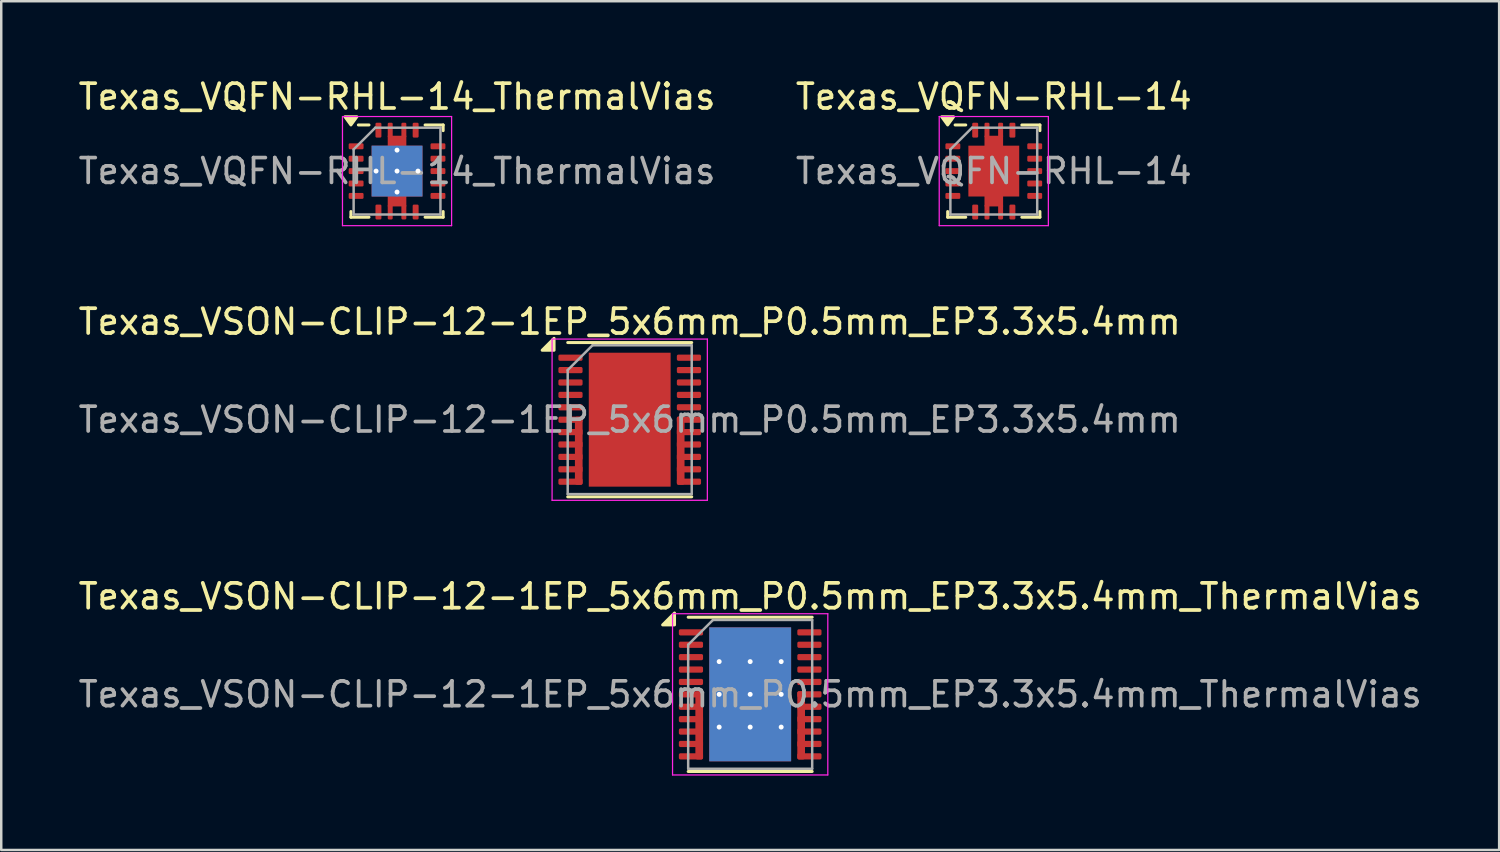
<source format=kicad_pcb>
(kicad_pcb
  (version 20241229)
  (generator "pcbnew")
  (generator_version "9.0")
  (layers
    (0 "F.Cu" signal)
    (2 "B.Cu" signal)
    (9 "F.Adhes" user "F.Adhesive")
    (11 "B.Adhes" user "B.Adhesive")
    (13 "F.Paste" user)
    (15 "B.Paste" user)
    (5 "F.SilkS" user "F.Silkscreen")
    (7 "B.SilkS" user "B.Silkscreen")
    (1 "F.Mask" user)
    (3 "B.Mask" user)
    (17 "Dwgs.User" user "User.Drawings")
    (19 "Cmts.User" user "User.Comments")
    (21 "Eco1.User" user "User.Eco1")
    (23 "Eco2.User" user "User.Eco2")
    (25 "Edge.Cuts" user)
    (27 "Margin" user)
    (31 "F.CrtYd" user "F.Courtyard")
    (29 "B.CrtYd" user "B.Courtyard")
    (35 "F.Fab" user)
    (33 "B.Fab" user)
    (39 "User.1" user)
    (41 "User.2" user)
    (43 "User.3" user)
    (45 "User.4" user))
  (footprint "Texas_VSON-CLIP-12-1EP_5x6mm_P0.5mm_EP3.3x5.4mm_ThermalVias"
    (layer "F.Cu")
    (at 27.196 24.945)
    (property "Reference" "Texas_VSON-CLIP-12-1EP_5x6mm_P0.5mm_EP3.3x5.4mm_ThermalVias" (at 0 -3.95 0) (layer "F.SilkS") (effects (font (size 1 1) (thickness 0.15))))
    (attr smd)
    (fp_line (start -2.5 -3.11) (end 2.5 -3.11) (stroke (width 0.12) (type solid)) (layer "F.SilkS"))
    (fp_line (start -2.5 3.11) (end 2.5 3.11) (stroke (width 0.12) (type solid)) (layer "F.SilkS"))
    (fp_poly (pts (xy -3.05 -2.8) (xy -3.53 -2.8) (xy -3.05 -3.28) (xy -3.05 -2.8)) (stroke (width 0.12) (type solid)) (fill yes) (layer "F.SilkS"))
    (fp_line (start -3.13 -3.25) (end -3.13 3.25) (stroke (width 0.05) (type solid)) (layer "F.CrtYd"))
    (fp_line (start -3.13 3.25) (end 3.13 3.25) (stroke (width 0.05) (type solid)) (layer "F.CrtYd"))
    (fp_line (start 3.13 -3.25) (end -3.13 -3.25) (stroke (width 0.05) (type solid)) (layer "F.CrtYd"))
    (fp_line (start 3.13 3.25) (end 3.13 -3.25) (stroke (width 0.05) (type solid)) (layer "F.CrtYd"))
    (fp_line (start -2.5 -2) (end -1.5 -3) (stroke (width 0.1) (type solid)) (layer "F.Fab"))
    (fp_line (start -2.5 3) (end -2.5 -2) (stroke (width 0.1) (type solid)) (layer "F.Fab"))
    (fp_line (start -1.5 -3) (end 2.5 -3) (stroke (width 0.1) (type solid)) (layer "F.Fab"))
    (fp_line (start 2.5 -3) (end 2.5 3) (stroke (width 0.1) (type solid)) (layer "F.Fab"))
    (fp_line (start 2.5 3) (end -2.5 3) (stroke (width 0.1) (type solid)) (layer "F.Fab"))
    (fp_text user "${REFERENCE}" (at 0 0 0) (layer "F.Fab") (effects (font (size 1 1) (thickness 0.15))))
    (pad "1" smd roundrect (at -2.388 -2.5) (size 0.975 0.25) (layers "F.Cu" "F.Mask" "F.Paste") (roundrect_rratio 0.25))
    (pad "2" smd roundrect (at -2.388 -2) (size 0.975 0.25) (layers "F.Cu" "F.Mask" "F.Paste") (roundrect_rratio 0.25))
    (pad "3" smd roundrect (at -2.388 -1.5) (size 0.975 0.25) (layers "F.Cu" "F.Mask" "F.Paste") (roundrect_rratio 0.25))
    (pad "4" smd roundrect (at -2.388 -1) (size 0.975 0.25) (layers "F.Cu" "F.Mask" "F.Paste") (roundrect_rratio 0.25))
    (pad "5" smd roundrect (at -2.388 -0.5) (size 0.975 0.25) (layers "F.Cu" "F.Mask" "F.Paste") (roundrect_rratio 0.25))
    (pad "6" smd roundrect (at -2.388 0) (size 0.975 0.25) (layers "F.Cu" "F.Mask" "F.Paste") (roundrect_rratio 0.25))
    (pad "6" smd roundrect (at -2.388 0.5) (size 0.975 0.25) (layers "F.Cu" "F.Mask" "F.Paste") (roundrect_rratio 0.25))
    (pad "6" smd roundrect (at -2.388 1) (size 0.975 0.25) (layers "F.Cu" "F.Mask" "F.Paste") (roundrect_rratio 0.25))
    (pad "6" smd roundrect (at -2.388 1.5) (size 0.975 0.25) (layers "F.Cu" "F.Mask" "F.Paste") (roundrect_rratio 0.25))
    (pad "6" smd roundrect (at -2.388 2) (size 0.975 0.25) (layers "F.Cu" "F.Mask" "F.Paste") (roundrect_rratio 0.25))
    (pad "6" smd roundrect (at -2.388 2.5) (size 0.975 0.25) (layers "F.Cu" "F.Mask" "F.Paste") (roundrect_rratio 0.25))
    (pad "6" smd roundrect (at -2.055 1.25) (size 0.31 2.75) (layers "F.Cu" "F.Mask" "F.Paste") (roundrect_rratio 0.25))
    (pad "7" smd roundrect (at 2.055 1.25) (size 0.31 2.75) (layers "F.Cu" "F.Mask" "F.Paste") (roundrect_rratio 0.25))
    (pad "7" smd roundrect (at 2.388 0) (size 0.975 0.25) (layers "F.Cu" "F.Mask" "F.Paste") (roundrect_rratio 0.25))
    (pad "7" smd roundrect (at 2.388 0.5) (size 0.975 0.25) (layers "F.Cu" "F.Mask" "F.Paste") (roundrect_rratio 0.25))
    (pad "7" smd roundrect (at 2.388 1) (size 0.975 0.25) (layers "F.Cu" "F.Mask" "F.Paste") (roundrect_rratio 0.25))
    (pad "7" smd roundrect (at 2.388 1.5) (size 0.975 0.25) (layers "F.Cu" "F.Mask" "F.Paste") (roundrect_rratio 0.25))
    (pad "7" smd roundrect (at 2.388 2) (size 0.975 0.25) (layers "F.Cu" "F.Mask" "F.Paste") (roundrect_rratio 0.25))
    (pad "7" smd roundrect (at 2.388 2.5) (size 0.975 0.25) (layers "F.Cu" "F.Mask" "F.Paste") (roundrect_rratio 0.25))
    (pad "8" smd roundrect (at 2.388 -0.5) (size 0.975 0.25) (layers "F.Cu" "F.Mask" "F.Paste") (roundrect_rratio 0.25))
    (pad "9" smd roundrect (at 2.388 -1) (size 0.975 0.25) (layers "F.Cu" "F.Mask" "F.Paste") (roundrect_rratio 0.25))
    (pad "10" smd roundrect (at 2.388 -1.5) (size 0.975 0.25) (layers "F.Cu" "F.Mask" "F.Paste") (roundrect_rratio 0.25))
    (pad "11" smd roundrect (at 2.388 -2) (size 0.975 0.25) (layers "F.Cu" "F.Mask" "F.Paste") (roundrect_rratio 0.25))
    (pad "12" smd roundrect (at 2.388 -2.5) (size 0.975 0.25) (layers "F.Cu" "F.Mask" "F.Paste") (roundrect_rratio 0.25))
    (pad "13" thru_hole circle (at -1.25 -1.32) (size 0.5 0.5) (drill 0.2) (property pad_prop_heatsink) (layers "*.Cu"))
    (pad "13" thru_hole circle (at -1.25 0) (size 0.5 0.5) (drill 0.2) (property pad_prop_heatsink) (layers "*.Cu"))
    (pad "13" thru_hole circle (at -1.25 1.32) (size 0.5 0.5) (drill 0.2) (property pad_prop_heatsink) (layers "*.Cu"))
    (pad "13" thru_hole circle (at 0 -1.32) (size 0.5 0.5) (drill 0.2) (property pad_prop_heatsink) (layers "*.Cu"))
    (pad "13" thru_hole circle (at 0 0) (size 0.5 0.5) (drill 0.2) (property pad_prop_heatsink) (layers "*.Cu"))
    (pad "13" smd rect (at 0 0) (size 3.3 5.4) (property pad_prop_heatsink) (layers "F.Cu" "F.Mask"))
    (pad "13" smd rect (at 0 0) (size 3.3 5.4) (property pad_prop_heatsink) (layers "B.Cu"))
    (pad "13" thru_hole circle (at 0 1.32) (size 0.5 0.5) (drill 0.2) (property pad_prop_heatsink) (layers "*.Cu"))
    (pad "13" thru_hole circle (at 1.25 -1.32) (size 0.5 0.5) (drill 0.2) (property pad_prop_heatsink) (layers "*.Cu"))
    (pad "13" thru_hole circle (at 1.25 0) (size 0.5 0.5) (drill 0.2) (property pad_prop_heatsink) (layers "*.Cu"))
    (pad "13" thru_hole circle (at 1.25 1.32) (size 0.5 0.5) (drill 0.2) (property pad_prop_heatsink) (layers "*.Cu")))
  (footprint "Texas_VSON-CLIP-12-1EP_5x6mm_P0.5mm_EP3.3x5.4mm"
    (layer "F.Cu")
    (at 22.339 13.871)
    (property "Reference" "Texas_VSON-CLIP-12-1EP_5x6mm_P0.5mm_EP3.3x5.4mm" (at 0 -3.95 0) (layer "F.SilkS") (effects (font (size 1 1) (thickness 0.15))))
    (attr smd)
    (fp_line (start -2.5 -3.11) (end 2.5 -3.11) (stroke (width 0.12) (type solid)) (layer "F.SilkS"))
    (fp_line (start -2.5 3.11) (end 2.5 3.11) (stroke (width 0.12) (type solid)) (layer "F.SilkS"))
    (fp_poly (pts (xy -3.05 -2.8) (xy -3.53 -2.8) (xy -3.05 -3.28) (xy -3.05 -2.8)) (stroke (width 0.12) (type solid)) (fill yes) (layer "F.SilkS"))
    (fp_line (start -3.13 -3.25) (end -3.13 3.25) (stroke (width 0.05) (type solid)) (layer "F.CrtYd"))
    (fp_line (start -3.13 3.25) (end 3.13 3.25) (stroke (width 0.05) (type solid)) (layer "F.CrtYd"))
    (fp_line (start 3.13 -3.25) (end -3.13 -3.25) (stroke (width 0.05) (type solid)) (layer "F.CrtYd"))
    (fp_line (start 3.13 3.25) (end 3.13 -3.25) (stroke (width 0.05) (type solid)) (layer "F.CrtYd"))
    (fp_line (start -2.5 -2) (end -1.5 -3) (stroke (width 0.1) (type solid)) (layer "F.Fab"))
    (fp_line (start -2.5 3) (end -2.5 -2) (stroke (width 0.1) (type solid)) (layer "F.Fab"))
    (fp_line (start -1.5 -3) (end 2.5 -3) (stroke (width 0.1) (type solid)) (layer "F.Fab"))
    (fp_line (start 2.5 -3) (end 2.5 3) (stroke (width 0.1) (type solid)) (layer "F.Fab"))
    (fp_line (start 2.5 3) (end -2.5 3) (stroke (width 0.1) (type solid)) (layer "F.Fab"))
    (fp_text user "${REFERENCE}" (at 0 0 0) (layer "F.Fab") (effects (font (size 1 1) (thickness 0.15))))
    (pad "1" smd roundrect (at -2.388 -2.5) (size 0.975 0.25) (layers "F.Cu" "F.Mask" "F.Paste") (roundrect_rratio 0.25))
    (pad "2" smd roundrect (at -2.388 -2) (size 0.975 0.25) (layers "F.Cu" "F.Mask" "F.Paste") (roundrect_rratio 0.25))
    (pad "3" smd roundrect (at -2.388 -1.5) (size 0.975 0.25) (layers "F.Cu" "F.Mask" "F.Paste") (roundrect_rratio 0.25))
    (pad "4" smd roundrect (at -2.388 -1) (size 0.975 0.25) (layers "F.Cu" "F.Mask" "F.Paste") (roundrect_rratio 0.25))
    (pad "5" smd roundrect (at -2.388 -0.5) (size 0.975 0.25) (layers "F.Cu" "F.Mask" "F.Paste") (roundrect_rratio 0.25))
    (pad "6" smd roundrect (at -2.388 0) (size 0.975 0.25) (layers "F.Cu" "F.Mask" "F.Paste") (roundrect_rratio 0.25))
    (pad "6" smd roundrect (at -2.388 0.5) (size 0.975 0.25) (layers "F.Cu" "F.Mask" "F.Paste") (roundrect_rratio 0.25))
    (pad "6" smd roundrect (at -2.388 1) (size 0.975 0.25) (layers "F.Cu" "F.Mask" "F.Paste") (roundrect_rratio 0.25))
    (pad "6" smd roundrect (at -2.388 1.5) (size 0.975 0.25) (layers "F.Cu" "F.Mask" "F.Paste") (roundrect_rratio 0.25))
    (pad "6" smd roundrect (at -2.388 2) (size 0.975 0.25) (layers "F.Cu" "F.Mask" "F.Paste") (roundrect_rratio 0.25))
    (pad "6" smd roundrect (at -2.388 2.5) (size 0.975 0.25) (layers "F.Cu" "F.Mask" "F.Paste") (roundrect_rratio 0.25))
    (pad "6" smd roundrect (at -2.055 1.25) (size 0.31 2.75) (layers "F.Cu" "F.Mask" "F.Paste") (roundrect_rratio 0.25))
    (pad "7" smd roundrect (at 2.055 1.25) (size 0.31 2.75) (layers "F.Cu" "F.Mask" "F.Paste") (roundrect_rratio 0.25))
    (pad "7" smd roundrect (at 2.388 0) (size 0.975 0.25) (layers "F.Cu" "F.Mask" "F.Paste") (roundrect_rratio 0.25))
    (pad "7" smd roundrect (at 2.388 0.5) (size 0.975 0.25) (layers "F.Cu" "F.Mask" "F.Paste") (roundrect_rratio 0.25))
    (pad "7" smd roundrect (at 2.388 1) (size 0.975 0.25) (layers "F.Cu" "F.Mask" "F.Paste") (roundrect_rratio 0.25))
    (pad "7" smd roundrect (at 2.388 1.5) (size 0.975 0.25) (layers "F.Cu" "F.Mask" "F.Paste") (roundrect_rratio 0.25))
    (pad "7" smd roundrect (at 2.388 2) (size 0.975 0.25) (layers "F.Cu" "F.Mask" "F.Paste") (roundrect_rratio 0.25))
    (pad "7" smd roundrect (at 2.388 2.5) (size 0.975 0.25) (layers "F.Cu" "F.Mask" "F.Paste") (roundrect_rratio 0.25))
    (pad "8" smd roundrect (at 2.388 -0.5) (size 0.975 0.25) (layers "F.Cu" "F.Mask" "F.Paste") (roundrect_rratio 0.25))
    (pad "9" smd roundrect (at 2.388 -1) (size 0.975 0.25) (layers "F.Cu" "F.Mask" "F.Paste") (roundrect_rratio 0.25))
    (pad "10" smd roundrect (at 2.388 -1.5) (size 0.975 0.25) (layers "F.Cu" "F.Mask" "F.Paste") (roundrect_rratio 0.25))
    (pad "11" smd roundrect (at 2.388 -2) (size 0.975 0.25) (layers "F.Cu" "F.Mask" "F.Paste") (roundrect_rratio 0.25))
    (pad "12" smd roundrect (at 2.388 -2.5) (size 0.975 0.25) (layers "F.Cu" "F.Mask" "F.Paste") (roundrect_rratio 0.25))
    (pad "13" smd rect (at 0 0) (size 3.3 5.4) (property pad_prop_heatsink) (layers "F.Cu" "F.Mask")))
  (footprint "Texas_VQFN-RHL-14"
    (layer "F.Cu")
    (at 37.018 3.848)
    (property "Reference" "Texas_VQFN-RHL-14" (at 0 -3 0) (layer "F.SilkS") (effects (font (size 1 1) (thickness 0.15))))
    (attr smd)
    (fp_line (start -1.86 1.63) (end -1.86 1.86) (stroke (width 0.12) (type solid)) (layer "F.SilkS"))
    (fp_line (start -1.86 1.86) (end -1.13 1.86) (stroke (width 0.12) (type solid)) (layer "F.SilkS"))
    (fp_line (start -1.13 -1.86) (end -1.56 -1.86) (stroke (width 0.12) (type solid)) (layer "F.SilkS"))
    (fp_line (start 1.13 -1.86) (end 1.86 -1.86) (stroke (width 0.12) (type solid)) (layer "F.SilkS"))
    (fp_line (start 1.13 1.86) (end 1.86 1.86) (stroke (width 0.12) (type solid)) (layer "F.SilkS"))
    (fp_line (start 1.86 -1.86) (end 1.86 -1.63) (stroke (width 0.12) (type solid)) (layer "F.SilkS"))
    (fp_line (start 1.86 1.63) (end 1.86 1.86) (stroke (width 0.12) (type solid)) (layer "F.SilkS"))
    (fp_poly (pts (xy -1.86 -1.86) (xy -2.1 -2.19) (xy -1.62 -2.19) (xy -1.86 -1.86)) (stroke (width 0.12) (type solid)) (fill yes) (layer "F.SilkS"))
    (fp_line (start -2.2 -2.2) (end -2.2 2.2) (stroke (width 0.05) (type solid)) (layer "F.CrtYd"))
    (fp_line (start -2.2 -2.2) (end 2.2 -2.2) (stroke (width 0.05) (type solid)) (layer "F.CrtYd"))
    (fp_line (start -2.2 2.2) (end 2.2 2.2) (stroke (width 0.05) (type solid)) (layer "F.CrtYd"))
    (fp_line (start 2.2 -2.2) (end 2.2 2.2) (stroke (width 0.05) (type solid)) (layer "F.CrtYd"))
    (fp_line (start -1.75 -0.875) (end -1.75 1.75) (stroke (width 0.1) (type solid)) (layer "F.Fab"))
    (fp_line (start -1.75 -0.875) (end -0.875 -1.75) (stroke (width 0.1) (type solid)) (layer "F.Fab"))
    (fp_line (start -1.75 1.75) (end 1.75 1.75) (stroke (width 0.1) (type solid)) (layer "F.Fab"))
    (fp_line (start -0.875 -1.75) (end 1.75 -1.75) (stroke (width 0.1) (type solid)) (layer "F.Fab"))
    (fp_line (start 1.75 -1.75) (end 1.75 1.75) (stroke (width 0.1) (type solid)) (layer "F.Fab"))
    (fp_text user "${REFERENCE}" (at 0 0 180) (layer "F.Fab") (effects (font (size 1 1) (thickness 0.15))))
    (pad "" smd rect (at -0.56 -0.56) (size 0.92 0.92) (layers "F.Paste"))
    (pad "" smd rect (at -0.56 0.56) (size 0.92 0.92) (layers "F.Paste"))
    (pad "" smd rect (at 0 -1.3) (size 0.75 0.25) (layers "F.Paste"))
    (pad "" smd rect (at 0 1.3) (size 0.75 0.25) (layers "F.Paste"))
    (pad "" smd rect (at 0.56 -0.56) (size 0.92 0.92) (layers "F.Paste"))
    (pad "" smd rect (at 0.56 0.56) (size 0.92 0.92) (layers "F.Paste"))
    (pad "1" smd roundrect (at -0.75 -1.65) (size 0.24 0.6) (layers "F.Cu" "F.Mask" "F.Paste") (roundrect_rratio 0.21))
    (pad "2" smd roundrect (at -1.65 -1) (size 0.6 0.24) (layers "F.Cu" "F.Mask" "F.Paste") (roundrect_rratio 0.21))
    (pad "3" smd roundrect (at -1.65 -0.5) (size 0.6 0.24) (layers "F.Cu" "F.Mask" "F.Paste") (roundrect_rratio 0.21))
    (pad "4" smd roundrect (at -1.65 0) (size 0.6 0.24) (layers "F.Cu" "F.Mask" "F.Paste") (roundrect_rratio 0.21))
    (pad "5" smd roundrect (at -1.65 0.5) (size 0.6 0.24) (layers "F.Cu" "F.Mask" "F.Paste") (roundrect_rratio 0.21))
    (pad "6" smd roundrect (at -1.65 1) (size 0.6 0.24) (layers "F.Cu" "F.Mask" "F.Paste") (roundrect_rratio 0.21))
    (pad "7" smd roundrect (at -0.75 1.65) (size 0.24 0.6) (layers "F.Cu" "F.Mask" "F.Paste") (roundrect_rratio 0.21))
    (pad "8" smd roundrect (at 0.75 1.65) (size 0.24 0.6) (layers "F.Cu" "F.Mask" "F.Paste") (roundrect_rratio 0.21))
    (pad "9" smd roundrect (at 1.65 1) (size 0.6 0.24) (layers "F.Cu" "F.Mask" "F.Paste") (roundrect_rratio 0.21))
    (pad "10" smd roundrect (at 1.65 0.5) (size 0.6 0.24) (layers "F.Cu" "F.Mask" "F.Paste") (roundrect_rratio 0.21))
    (pad "11" smd roundrect (at 1.65 0) (size 0.6 0.24) (layers "F.Cu" "F.Mask" "F.Paste") (roundrect_rratio 0.21))
    (pad "12" smd roundrect (at 1.65 -0.5) (size 0.6 0.24) (layers "F.Cu" "F.Mask" "F.Paste") (roundrect_rratio 0.21))
    (pad "13" smd roundrect (at 1.65 -1) (size 0.6 0.24) (layers "F.Cu" "F.Mask" "F.Paste") (roundrect_rratio 0.21))
    (pad "14" smd roundrect (at 0.75 -1.65) (size 0.24 0.6) (layers "F.Cu" "F.Mask" "F.Paste") (roundrect_rratio 0.21))
    (pad "15" smd roundrect (at -0.275 -1.65) (size 0.2 0.6) (layers "F.Cu" "F.Mask" "F.Paste") (roundrect_rratio 0.25))
    (pad "15" smd roundrect (at -0.275 1.65) (size 0.2 0.6) (layers "F.Cu" "F.Mask" "F.Paste") (roundrect_rratio 0.25))
    (pad "15" smd rect (at 0 0) (size 0.75 2.85) (layers "F.Cu" "F.Mask" "F.Paste"))
    (pad "15" smd rect (at 0 0) (size 2.05 2.05) (layers "F.Cu" "F.Mask" "F.Paste"))
    (pad "15" smd roundrect (at 0.275 -1.65) (size 0.2 0.6) (layers "F.Cu" "F.Mask" "F.Paste") (roundrect_rratio 0.25))
    (pad "15" smd roundrect (at 0.275 1.65) (size 0.2 0.6) (layers "F.Cu" "F.Mask" "F.Paste") (roundrect_rratio 0.25)))
  (footprint "Texas_VQFN-RHL-14_ThermalVias"
    (layer "F.Cu")
    (at 12.958 3.848)
    (property "Reference" "Texas_VQFN-RHL-14_ThermalVias" (at 0 -3 0) (layer "F.SilkS") (effects (font (size 1 1) (thickness 0.15))))
    (attr smd)
    (fp_line (start -1.86 1.63) (end -1.86 1.86) (stroke (width 0.12) (type solid)) (layer "F.SilkS"))
    (fp_line (start -1.86 1.86) (end -1.13 1.86) (stroke (width 0.12) (type solid)) (layer "F.SilkS"))
    (fp_line (start -1.13 -1.86) (end -1.56 -1.86) (stroke (width 0.12) (type solid)) (layer "F.SilkS"))
    (fp_line (start 1.13 -1.86) (end 1.86 -1.86) (stroke (width 0.12) (type solid)) (layer "F.SilkS"))
    (fp_line (start 1.13 1.86) (end 1.86 1.86) (stroke (width 0.12) (type solid)) (layer "F.SilkS"))
    (fp_line (start 1.86 -1.86) (end 1.86 -1.63) (stroke (width 0.12) (type solid)) (layer "F.SilkS"))
    (fp_line (start 1.86 1.63) (end 1.86 1.86) (stroke (width 0.12) (type solid)) (layer "F.SilkS"))
    (fp_poly (pts (xy -1.86 -1.86) (xy -2.1 -2.19) (xy -1.62 -2.19) (xy -1.86 -1.86)) (stroke (width 0.12) (type solid)) (fill yes) (layer "F.SilkS"))
    (fp_line (start -2.2 -2.2) (end -2.2 2.2) (stroke (width 0.05) (type solid)) (layer "F.CrtYd"))
    (fp_line (start -2.2 -2.2) (end 2.2 -2.2) (stroke (width 0.05) (type solid)) (layer "F.CrtYd"))
    (fp_line (start -2.2 2.2) (end 2.2 2.2) (stroke (width 0.05) (type solid)) (layer "F.CrtYd"))
    (fp_line (start 2.2 -2.2) (end 2.2 2.2) (stroke (width 0.05) (type solid)) (layer "F.CrtYd"))
    (fp_line (start -1.75 -0.875) (end -1.75 1.75) (stroke (width 0.1) (type solid)) (layer "F.Fab"))
    (fp_line (start -1.75 -0.875) (end -0.875 -1.75) (stroke (width 0.1) (type solid)) (layer "F.Fab"))
    (fp_line (start -1.75 1.75) (end 1.75 1.75) (stroke (width 0.1) (type solid)) (layer "F.Fab"))
    (fp_line (start -0.875 -1.75) (end 1.75 -1.75) (stroke (width 0.1) (type solid)) (layer "F.Fab"))
    (fp_line (start 1.75 -1.75) (end 1.75 1.75) (stroke (width 0.1) (type solid)) (layer "F.Fab"))
    (fp_text user "${REFERENCE}" (at 0 0 180) (layer "F.Fab") (effects (font (size 1 1) (thickness 0.15))))
    (pad "" smd rect (at -0.56 -0.56) (size 0.92 0.92) (layers "F.Paste"))
    (pad "" smd rect (at -0.56 0.56) (size 0.92 0.92) (layers "F.Paste"))
    (pad "" smd rect (at 0 -1.3) (size 0.75 0.25) (layers "F.Paste"))
    (pad "" smd rect (at 0 1.3) (size 0.75 0.25) (layers "F.Paste"))
    (pad "" smd rect (at 0.56 -0.56) (size 0.92 0.92) (layers "F.Paste"))
    (pad "" smd rect (at 0.56 0.56) (size 0.92 0.92) (layers "F.Paste"))
    (pad "1" smd roundrect (at -0.75 -1.65) (size 0.24 0.6) (layers "F.Cu" "F.Mask" "F.Paste") (roundrect_rratio 0.21))
    (pad "2" smd roundrect (at -1.65 -1) (size 0.6 0.24) (layers "F.Cu" "F.Mask" "F.Paste") (roundrect_rratio 0.21))
    (pad "3" smd roundrect (at -1.65 -0.5) (size 0.6 0.24) (layers "F.Cu" "F.Mask" "F.Paste") (roundrect_rratio 0.21))
    (pad "4" smd roundrect (at -1.65 0) (size 0.6 0.24) (layers "F.Cu" "F.Mask" "F.Paste") (roundrect_rratio 0.21))
    (pad "5" smd roundrect (at -1.65 0.5) (size 0.6 0.24) (layers "F.Cu" "F.Mask" "F.Paste") (roundrect_rratio 0.21))
    (pad "6" smd roundrect (at -1.65 1) (size 0.6 0.24) (layers "F.Cu" "F.Mask" "F.Paste") (roundrect_rratio 0.21))
    (pad "7" smd roundrect (at -0.75 1.65) (size 0.24 0.6) (layers "F.Cu" "F.Mask" "F.Paste") (roundrect_rratio 0.21))
    (pad "8" smd roundrect (at 0.75 1.65) (size 0.24 0.6) (layers "F.Cu" "F.Mask" "F.Paste") (roundrect_rratio 0.21))
    (pad "9" smd roundrect (at 1.65 1) (size 0.6 0.24) (layers "F.Cu" "F.Mask" "F.Paste") (roundrect_rratio 0.21))
    (pad "10" smd roundrect (at 1.65 0.5) (size 0.6 0.24) (layers "F.Cu" "F.Mask" "F.Paste") (roundrect_rratio 0.21))
    (pad "11" smd roundrect (at 1.65 0) (size 0.6 0.24) (layers "F.Cu" "F.Mask" "F.Paste") (roundrect_rratio 0.21))
    (pad "12" smd roundrect (at 1.65 -0.5) (size 0.6 0.24) (layers "F.Cu" "F.Mask" "F.Paste") (roundrect_rratio 0.21))
    (pad "13" smd roundrect (at 1.65 -1) (size 0.6 0.24) (layers "F.Cu" "F.Mask" "F.Paste") (roundrect_rratio 0.21))
    (pad "14" smd roundrect (at 0.75 -1.65) (size 0.24 0.6) (layers "F.Cu" "F.Mask" "F.Paste") (roundrect_rratio 0.21))
    (pad "15" thru_hole circle (at -0.845 0) (size 0.35 0.35) (drill 0.2) (layers "*.Cu"))
    (pad "15" smd roundrect (at -0.275 -1.65) (size 0.2 0.6) (layers "F.Cu" "F.Mask" "F.Paste") (roundrect_rratio 0.25))
    (pad "15" smd roundrect (at -0.275 1.65) (size 0.2 0.6) (layers "F.Cu" "F.Mask" "F.Paste") (roundrect_rratio 0.25))
    (pad "15" thru_hole circle (at 0 -0.845) (size 0.35 0.35) (drill 0.2) (layers "*.Cu"))
    (pad "15" thru_hole circle (at 0 0) (size 0.35 0.35) (drill 0.2) (layers "*.Cu"))
    (pad "15" smd rect (at 0 0) (size 0.75 2.85) (layers "F.Cu" "F.Mask" "F.Paste"))
    (pad "15" smd rect (at 0 0) (size 2.05 2.05) (layers "F.Cu" "F.Mask" "F.Paste"))
    (pad "15" smd rect (at 0 0) (size 2.05 2.05) (layers "B.Cu" "B.Mask" "B.Paste"))
    (pad "15" thru_hole circle (at 0 0.845) (size 0.35 0.35) (drill 0.2) (layers "*.Cu"))
    (pad "15" smd roundrect (at 0.275 -1.65) (size 0.2 0.6) (layers "F.Cu" "F.Mask" "F.Paste") (roundrect_rratio 0.25))
    (pad "15" smd roundrect (at 0.275 1.65) (size 0.2 0.6) (layers "F.Cu" "F.Mask" "F.Paste") (roundrect_rratio 0.25))
    (pad "15" thru_hole circle (at 0.845 0) (size 0.35 0.35) (drill 0.2) (layers "*.Cu")))
  (gr_rect
    (start -3 -3)
    (end 57.393 31.22)
    (stroke (width 0.1) (type default))
    (fill no)
    (layer "Edge.Cuts")))
</source>
